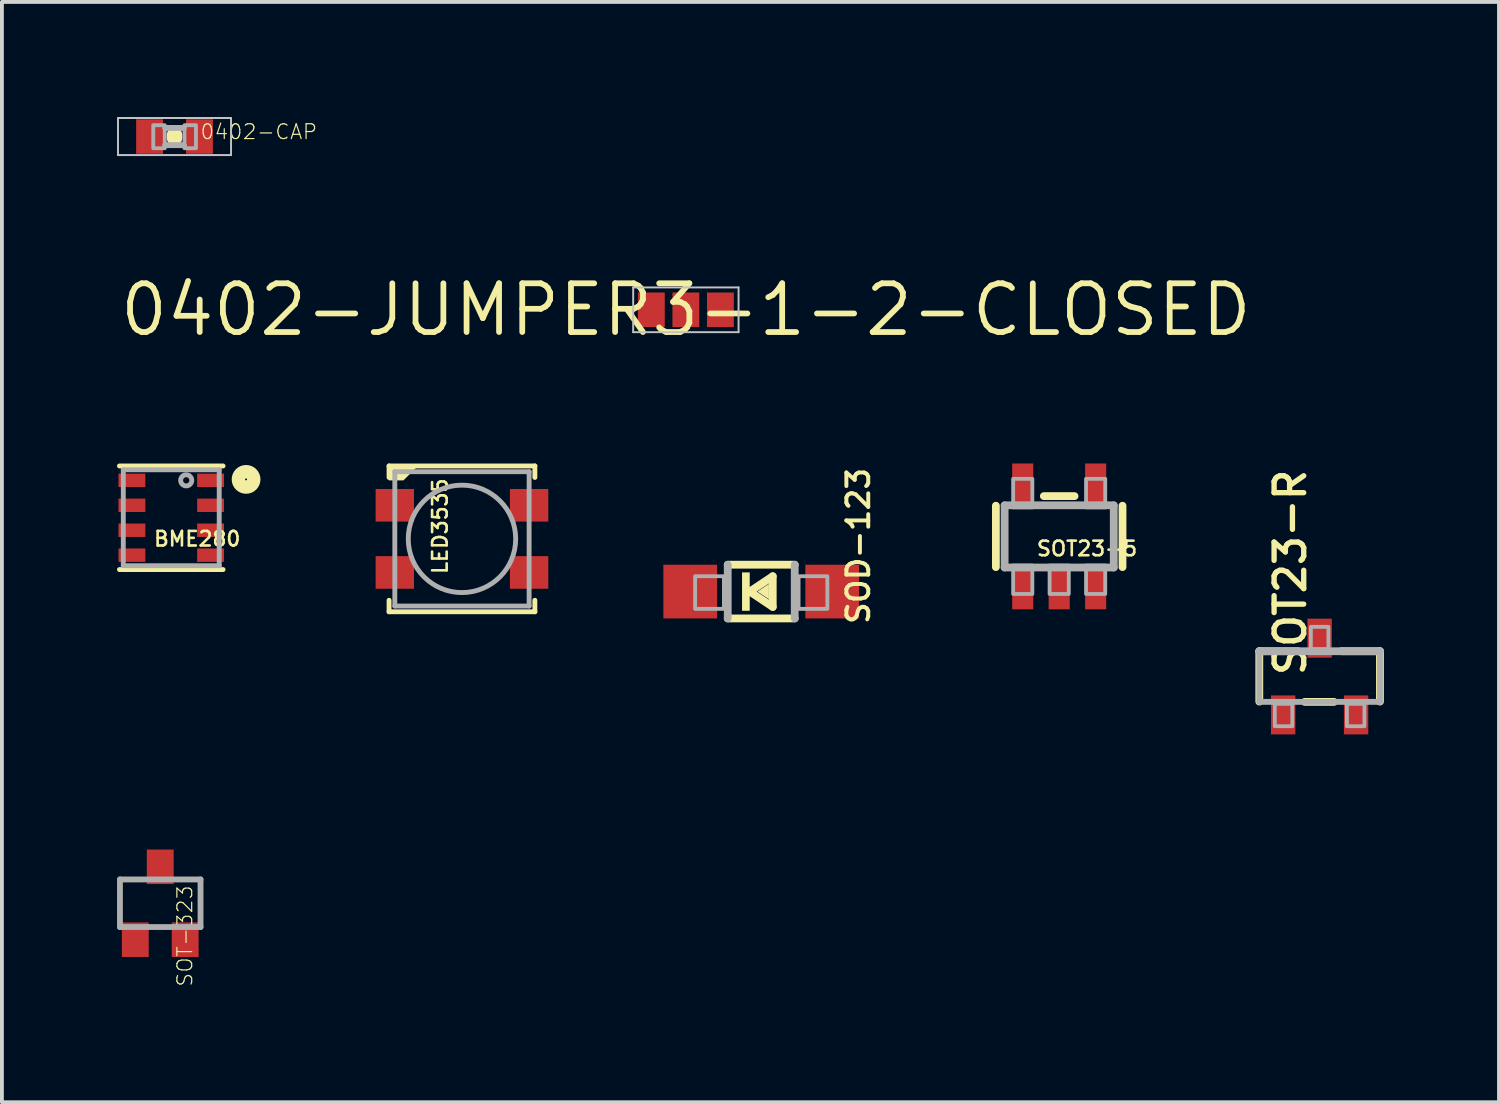
<source format=kicad_pcb>
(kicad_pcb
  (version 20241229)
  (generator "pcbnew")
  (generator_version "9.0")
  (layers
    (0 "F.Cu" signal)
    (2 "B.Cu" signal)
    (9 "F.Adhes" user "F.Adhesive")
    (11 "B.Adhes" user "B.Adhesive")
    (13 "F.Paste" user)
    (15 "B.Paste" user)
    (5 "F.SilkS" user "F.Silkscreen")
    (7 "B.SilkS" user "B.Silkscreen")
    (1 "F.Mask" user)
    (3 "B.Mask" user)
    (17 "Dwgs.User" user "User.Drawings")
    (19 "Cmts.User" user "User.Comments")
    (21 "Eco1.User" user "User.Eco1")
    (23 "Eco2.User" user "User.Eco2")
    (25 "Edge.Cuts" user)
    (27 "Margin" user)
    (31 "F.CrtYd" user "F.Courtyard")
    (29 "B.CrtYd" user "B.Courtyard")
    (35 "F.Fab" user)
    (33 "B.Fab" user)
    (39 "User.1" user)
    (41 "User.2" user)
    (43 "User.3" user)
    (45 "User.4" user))
  (footprint "BME280"
    (layer "F.Cu")
    (at 1.413 10.443)
    (property "Reference" "BME280" (at -0.49 0.772 180) (layer "F.SilkS") (effects (font (size 0.38 0.38) (thickness 0.068)) (justify left bottom)))
    (attr through_hole)
    (fp_line (start -1.35 -1.35) (end 1.35 -1.35) (stroke (width 0.127) (type solid)) (layer "F.SilkS"))
    (fp_line (start -1.35 1.35) (end 1.35 1.35) (stroke (width 0.127) (type solid)) (layer "F.SilkS"))
    (fp_circle (center 1.95 -1) (end 2.15 -1) (stroke (width 0.35) (type solid)) (fill no) (layer "F.SilkS"))
    (fp_line (start -1.25 -1.25) (end 1.25 -1.25) (stroke (width 0.127) (type solid)) (layer "F.Fab"))
    (fp_line (start -1.25 1.25) (end -1.25 -1.25) (stroke (width 0.127) (type solid)) (layer "F.Fab"))
    (fp_line (start 1.25 -1.25) (end 1.25 1.25) (stroke (width 0.127) (type solid)) (layer "F.Fab"))
    (fp_line (start 1.25 1.25) (end -1.25 1.25) (stroke (width 0.127) (type solid)) (layer "F.Fab"))
    (fp_circle (center 0.39 -0.975) (end 0.535 -0.975) (stroke (width 0.127) (type solid)) (fill no) (layer "F.Fab"))
    (pad "1" smd rect (at 1.025 -0.975) (size 0.7 0.35) (layers "F.Cu" "F.Mask" "F.Paste"))
    (pad "2" smd rect (at 1.025 -0.325) (size 0.7 0.35) (layers "F.Cu" "F.Mask" "F.Paste"))
    (pad "3" smd rect (at 1.025 0.325) (size 0.7 0.35) (layers "F.Cu" "F.Mask" "F.Paste"))
    (pad "4" smd rect (at 1.025 0.975) (size 0.7 0.35) (layers "F.Cu" "F.Mask" "F.Paste"))
    (pad "5" smd rect (at -1.025 0.975) (size 0.7 0.35) (layers "F.Cu" "F.Mask" "F.Paste"))
    (pad "6" smd rect (at -1.025 0.325) (size 0.7 0.35) (layers "F.Cu" "F.Mask" "F.Paste"))
    (pad "7" smd rect (at -1.025 -0.325) (size 0.7 0.35) (layers "F.Cu" "F.Mask" "F.Paste"))
    (pad "8" smd rect (at -1.025 -0.975) (size 0.7 0.35) (layers "F.Cu" "F.Mask" "F.Paste")))
  (footprint "0402-CAP"
    (layer "F.Cu")
    (at 1.498 0.508)
    (property "Reference" "0402-CAP" (at 0.651 0.102 180) (layer "F.SilkS") (effects (font (size 0.386 0.386) (thickness 0.031)) (justify left bottom)))
    (attr through_hole)
    (fp_line (start 0 -0.03) (end 0 0.03) (stroke (width 0.406) (type solid)) (layer "F.SilkS"))
    (fp_poly (pts (xy -0.2 0.3) (xy 0.2 0.3) (xy 0.2 -0.3) (xy -0.2 -0.3)) (stroke (width 0) (type solid)) (fill yes) (layer "F.Adhes"))
    (fp_line (start -1.473 -0.483) (end 1.473 -0.483) (stroke (width 0.051) (type solid)) (layer "Dwgs.User"))
    (fp_line (start -1.473 0.483) (end -1.473 -0.483) (stroke (width 0.051) (type solid)) (layer "Dwgs.User"))
    (fp_line (start 1.473 -0.483) (end 1.473 0.483) (stroke (width 0.051) (type solid)) (layer "Dwgs.User"))
    (fp_line (start 1.473 0.483) (end -1.473 0.483) (stroke (width 0.051) (type solid)) (layer "Dwgs.User"))
    (fp_line (start -0.245 -0.224) (end 0.245 -0.224) (stroke (width 0.152) (type solid)) (layer "F.Fab"))
    (fp_line (start 0.245 0.224) (end -0.245 0.224) (stroke (width 0.152) (type solid)) (layer "F.Fab"))
    (fp_poly (pts (xy -0.554 0.305) (xy -0.254 0.305) (xy -0.254 -0.295) (xy -0.554 -0.295)) (stroke (width 0.1) (type solid)) (fill no) (layer "F.Fab"))
    (fp_poly (pts (xy 0.259 0.305) (xy 0.559 0.305) (xy 0.559 -0.295) (xy 0.259 -0.295)) (stroke (width 0.1) (type solid)) (fill no) (layer "F.Fab"))
    (pad "1" smd rect (at -0.65 0) (size 0.7 0.9) (layers "F.Cu" "F.Mask" "F.Paste"))
    (pad "2" smd rect (at 0.65 0) (size 0.7 0.9) (layers "F.Cu" "F.Mask" "F.Paste")))
  (footprint "SOT23-R"
    (layer "F.Cu")
    (at 31.34 14.581)
    (property "Reference" "SOT23-R" (at -0.313 0.042 270) (layer "F.SilkS") (effects (font (size 0.772 0.772) (thickness 0.139)) (justify left bottom)))
    (attr through_hole)
    (fp_line (start -1.572 -0.66) (end -0.564 -0.66) (stroke (width 0.203) (type solid)) (layer "F.SilkS"))
    (fp_line (start -1.572 0.652) (end -1.572 -0.66) (stroke (width 0.203) (type solid)) (layer "F.SilkS"))
    (fp_line (start 0.372 0.66) (end -0.386 0.66) (stroke (width 0.203) (type solid)) (layer "F.SilkS"))
    (fp_line (start 0.564 -0.66) (end 1.572 -0.66) (stroke (width 0.203) (type solid)) (layer "F.SilkS"))
    (fp_line (start 1.572 -0.66) (end 1.572 0.652) (stroke (width 0.203) (type solid)) (layer "F.SilkS"))
    (fp_line (start -1.572 -0.66) (end 1.572 -0.66) (stroke (width 0.203) (type solid)) (layer "F.Fab"))
    (fp_line (start -1.572 0.66) (end -1.572 -0.66) (stroke (width 0.152) (type solid)) (layer "F.Fab"))
    (fp_line (start 1.572 -0.66) (end 1.572 0.66) (stroke (width 0.152) (type solid)) (layer "F.Fab"))
    (fp_line (start 1.572 0.66) (end -1.572 0.66) (stroke (width 0.152) (type solid)) (layer "F.Fab"))
    (fp_poly (pts (xy -1.168 1.295) (xy -0.711 1.295) (xy -0.711 0.711) (xy -1.168 0.711)) (stroke (width 0.1) (type solid)) (fill no) (layer "F.Fab"))
    (fp_poly (pts (xy -0.229 -0.711) (xy 0.229 -0.711) (xy 0.229 -1.295) (xy -0.229 -1.295)) (stroke (width 0.1) (type solid)) (fill no) (layer "F.Fab"))
    (fp_poly (pts (xy 0.711 1.295) (xy 1.168 1.295) (xy 1.168 0.711) (xy 0.711 0.711)) (stroke (width 0.1) (type solid)) (fill no) (layer "F.Fab"))
    (pad "1" smd rect (at -0.95 1) (size 0.635 1.016) (layers "F.Cu" "F.Mask" "F.Paste"))
    (pad "2" smd rect (at 0.95 1) (size 0.635 1.016) (layers "F.Cu" "F.Mask" "F.Paste"))
    (pad "3" smd rect (at 0 -1) (size 0.635 1.016) (layers "F.Cu" "F.Mask" "F.Paste")))
  (footprint "0402-JUMPER3-1-2-CLOSED"
    (layer "F.Cu")
    (at 14.824 5.023)
    (property "Reference" "0402-JUMPER3-1-2-CLOSED" (at 0 0 0) (layer "F.SilkS") (effects (font (size 1.27 1.27) (thickness 0.15))))
    (attr through_hole)
    (fp_poly (pts (xy -1.25 0.45) (xy 0.35 0.45) (xy 0.35 -0.45) (xy -1.25 -0.45)) (stroke (width 0) (type solid)) (fill yes) (layer "F.Paste"))
    (fp_line (start -1.373 -0.583) (end 1.373 -0.583) (stroke (width 0.051) (type solid)) (layer "Dwgs.User"))
    (fp_line (start -1.373 0.583) (end -1.373 -0.583) (stroke (width 0.051) (type solid)) (layer "Dwgs.User"))
    (fp_line (start 1.373 -0.583) (end 1.373 0.583) (stroke (width 0.051) (type solid)) (layer "Dwgs.User"))
    (fp_line (start 1.373 0.583) (end -1.373 0.583) (stroke (width 0.051) (type solid)) (layer "Dwgs.User"))
    (pad "1" smd rect (at -0.9 0) (size 0.7 0.9) (layers "F.Cu" "F.Mask"))
    (pad "2" smd rect (at 0 0) (size 0.7 0.9) (layers "F.Cu" "F.Mask"))
    (pad "3" smd rect (at 0.9 0) (size 0.7 0.9) (layers "F.Cu" "F.Mask")))
  (footprint "SOT23-5"
    (layer "F.Cu")
    (at 24.553 10.929)
    (property "Reference" "SOT23-5" (at -0.622 0.54 0) (layer "F.SilkS") (effects (font (size 0.38 0.38) (thickness 0.068)) (justify left bottom)))
    (attr through_hole)
    (fp_line (start -1.65 -0.8) (end -1.65 0.8) (stroke (width 0.203) (type solid)) (layer "F.SilkS"))
    (fp_line (start -0.4 -1.05) (end 0.4 -1.05) (stroke (width 0.203) (type solid)) (layer "F.SilkS"))
    (fp_line (start 1.65 -0.8) (end 1.65 0.8) (stroke (width 0.203) (type solid)) (layer "F.SilkS"))
    (fp_line (start -1.422 -0.81) (end 1.422 -0.81) (stroke (width 0.203) (type solid)) (layer "F.Fab"))
    (fp_line (start -1.422 0.81) (end -1.422 -0.81) (stroke (width 0.203) (type solid)) (layer "F.Fab"))
    (fp_line (start 1.422 -0.81) (end 1.422 0.81) (stroke (width 0.203) (type solid)) (layer "F.Fab"))
    (fp_line (start 1.422 0.81) (end -1.422 0.81) (stroke (width 0.203) (type solid)) (layer "F.Fab"))
    (fp_poly (pts (xy -1.2 -0.85) (xy -0.7 -0.85) (xy -0.7 -1.5) (xy -1.2 -1.5)) (stroke (width 0.1) (type solid)) (fill no) (layer "F.Fab"))
    (fp_poly (pts (xy -1.2 1.5) (xy -0.7 1.5) (xy -0.7 0.85) (xy -1.2 0.85)) (stroke (width 0.1) (type solid)) (fill no) (layer "F.Fab"))
    (fp_poly (pts (xy -0.25 1.5) (xy 0.25 1.5) (xy 0.25 0.85) (xy -0.25 0.85)) (stroke (width 0.1) (type solid)) (fill no) (layer "F.Fab"))
    (fp_poly (pts (xy 0.7 -0.85) (xy 1.2 -0.85) (xy 1.2 -1.5) (xy 0.7 -1.5)) (stroke (width 0.1) (type solid)) (fill no) (layer "F.Fab"))
    (fp_poly (pts (xy 0.7 1.5) (xy 1.2 1.5) (xy 1.2 0.85) (xy 0.7 0.85)) (stroke (width 0.1) (type solid)) (fill no) (layer "F.Fab"))
    (pad "1" smd rect (at -0.95 1.3) (size 0.55 1.2) (layers "F.Cu" "F.Mask" "F.Paste"))
    (pad "2" smd rect (at 0 1.3) (size 0.55 1.2) (layers "F.Cu" "F.Mask" "F.Paste"))
    (pad "3" smd rect (at 0.95 1.3) (size 0.55 1.2) (layers "F.Cu" "F.Mask" "F.Paste"))
    (pad "4" smd rect (at 0.95 -1.3) (size 0.55 1.2) (layers "F.Cu" "F.Mask" "F.Paste"))
    (pad "5" smd rect (at -0.95 -1.3) (size 0.55 1.2) (layers "F.Cu" "F.Mask" "F.Paste")))
  (footprint "LED3535"
    (layer "F.Cu")
    (at 8.989 10.993)
    (property "Reference" "LED3535" (at -0.349 0.955 270) (layer "F.SilkS") (effects (font (size 0.38 0.38) (thickness 0.068)) (justify left bottom)))
    (attr through_hole)
    (fp_line (start -1.9 -1.9) (end 1.9 -1.9) (stroke (width 0.127) (type solid)) (layer "F.SilkS"))
    (fp_line (start -1.9 -1.6) (end -1.9 -1.9) (stroke (width 0.127) (type solid)) (layer "F.SilkS"))
    (fp_line (start -1.9 1.6) (end -1.9 1.9) (stroke (width 0.127) (type solid)) (layer "F.SilkS"))
    (fp_line (start -1.9 1.9) (end 1.9 1.9) (stroke (width 0.127) (type solid)) (layer "F.SilkS"))
    (fp_line (start 1.9 -1.9) (end 1.9 -1.6) (stroke (width 0.127) (type solid)) (layer "F.SilkS"))
    (fp_line (start 1.9 1.9) (end 1.9 1.6) (stroke (width 0.127) (type solid)) (layer "F.SilkS"))
    (fp_poly (pts (xy -1.905 -1.905) (xy -1.905 -1.524) (xy -1.524 -1.524) (xy -1.143 -1.905)) (stroke (width 0) (type solid)) (fill yes) (layer "F.SilkS"))
    (fp_line (start -1.75 -1.75) (end 1.75 -1.75) (stroke (width 0.127) (type solid)) (layer "F.Fab"))
    (fp_line (start -1.75 1.75) (end -1.75 -1.75) (stroke (width 0.127) (type solid)) (layer "F.Fab"))
    (fp_line (start 1.75 -1.75) (end 1.75 1.75) (stroke (width 0.127) (type solid)) (layer "F.Fab"))
    (fp_line (start 1.75 1.75) (end -1.75 1.75) (stroke (width 0.127) (type solid)) (layer "F.Fab"))
    (fp_circle (center 0 0) (end 1.4 0) (stroke (width 0.127) (type solid)) (fill no) (layer "F.Fab"))
    (pad "1" smd rect (at -1.75 -0.875 90) (size 0.85 1) (layers "F.Cu" "F.Mask" "F.Paste"))
    (pad "2" smd rect (at -1.75 0.875 90) (size 0.85 1) (layers "F.Cu" "F.Mask" "F.Paste"))
    (pad "3" smd rect (at 1.75 0.875 90) (size 0.85 1) (layers "F.Cu" "F.Mask" "F.Paste"))
    (pad "4" smd rect (at 1.75 -0.875 90) (size 0.85 1) (layers "F.Cu" "F.Mask" "F.Paste")))
  (footprint "SOD-123"
    (layer "F.Cu")
    (at 16.788 12.367)
    (property "Reference" "SOD-123" (at 2.864 0.9 90) (layer "F.SilkS") (effects (font (size 0.57 0.57) (thickness 0.103)) (justify left bottom)))
    (attr through_hole)
    (fp_line (start -0.873 -0.7) (end 0.873 -0.7) (stroke (width 0.203) (type solid)) (layer "F.SilkS"))
    (fp_line (start -0.3 0) (end 0.3 -0.4) (stroke (width 0.203) (type solid)) (layer "F.SilkS"))
    (fp_line (start 0.3 -0.4) (end 0.3 0.4) (stroke (width 0.203) (type solid)) (layer "F.SilkS"))
    (fp_line (start 0.3 0.4) (end -0.3 0) (stroke (width 0.203) (type solid)) (layer "F.SilkS"))
    (fp_line (start 0.873 0.7) (end -0.873 0.7) (stroke (width 0.203) (type solid)) (layer "F.SilkS"))
    (fp_poly (pts (xy -0.1 0) (xy 0.2 -0.2) (xy 0.2 0.2)) (stroke (width 0) (type solid)) (fill yes) (layer "F.SilkS"))
    (fp_poly (pts (xy -0.5 0.5) (xy -0.3 0.5) (xy -0.3 -0.5) (xy -0.5 -0.5)) (stroke (width 0) (type solid)) (fill yes) (layer "F.SilkS"))
    (fp_line (start -0.873 0.7) (end -0.873 -0.7) (stroke (width 0.203) (type solid)) (layer "F.Fab"))
    (fp_line (start 0.873 -0.7) (end 0.873 0.7) (stroke (width 0.203) (type solid)) (layer "F.Fab"))
    (fp_poly (pts (xy -1.723 0.45) (xy -0.973 0.45) (xy -0.973 -0.4) (xy -1.723 -0.4)) (stroke (width 0.1) (type solid)) (fill no) (layer "F.Fab"))
    (fp_poly (pts (xy 0.973 0.45) (xy 1.723 0.45) (xy 1.723 -0.4) (xy 0.973 -0.4)) (stroke (width 0.1) (type solid)) (fill no) (layer "F.Fab"))
    (pad "A" smd rect (at 1.85 0 90) (size 1.4 1.4) (layers "F.Cu" "F.Mask" "F.Paste"))
    (pad "C" smd rect (at -1.85 0 90) (size 1.4 1.4) (layers "F.Cu" "F.Mask" "F.Paste")))
  (footprint "SOT-323"
    (layer "F.Cu")
    (at 1.126 20.489)
    (property "Reference" "SOT-323" (at 0.868 0.855 270) (layer "F.SilkS") (effects (font (size 0.386 0.386) (thickness 0.031)) (justify bottom)))
    (attr through_hole)
    (fp_line (start -1.05 -0.62) (end 1.05 -0.62) (stroke (width 0.152) (type solid)) (layer "F.Fab"))
    (fp_line (start -1.05 0.62) (end -1.05 -0.62) (stroke (width 0.152) (type solid)) (layer "F.Fab"))
    (fp_line (start 1.05 -0.62) (end 1.05 0.62) (stroke (width 0.152) (type solid)) (layer "F.Fab"))
    (fp_line (start 1.05 0.62) (end -1.05 0.62) (stroke (width 0.152) (type solid)) (layer "F.Fab"))
    (pad "1" smd rect (at -0.65 0.95) (size 0.7 0.9) (layers "F.Cu" "F.Mask" "F.Paste"))
    (pad "2" smd rect (at 0.65 0.95) (size 0.7 0.9) (layers "F.Cu" "F.Mask" "F.Paste"))
    (pad "3" smd rect (at 0 -0.95) (size 0.7 0.9) (layers "F.Cu" "F.Mask" "F.Paste")))
  (gr_rect
    (start -3 -3)
    (end 36.014 25.675)
    (stroke (width 0.1) (type default))
    (fill no)
    (layer "Edge.Cuts")))
</source>
